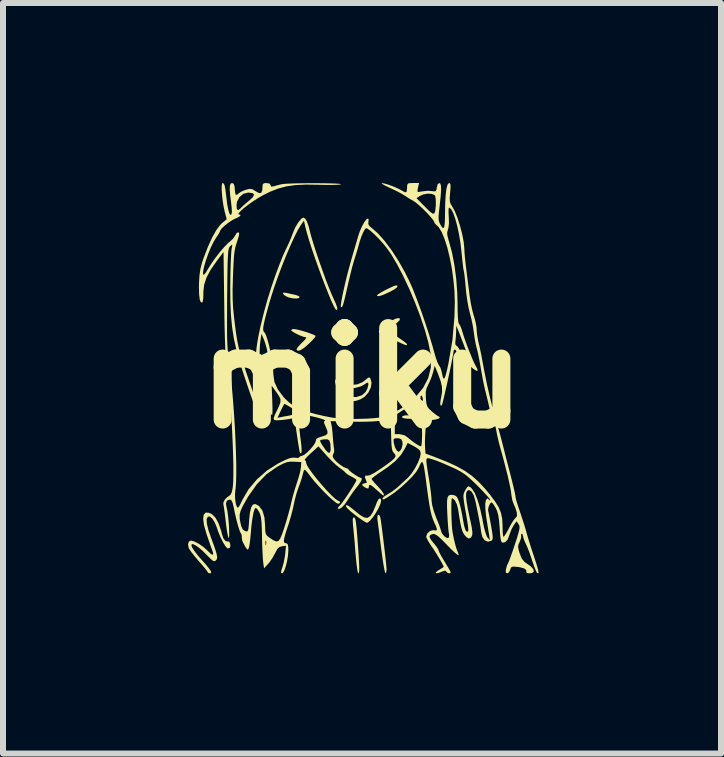
<source format=kicad_pcb>
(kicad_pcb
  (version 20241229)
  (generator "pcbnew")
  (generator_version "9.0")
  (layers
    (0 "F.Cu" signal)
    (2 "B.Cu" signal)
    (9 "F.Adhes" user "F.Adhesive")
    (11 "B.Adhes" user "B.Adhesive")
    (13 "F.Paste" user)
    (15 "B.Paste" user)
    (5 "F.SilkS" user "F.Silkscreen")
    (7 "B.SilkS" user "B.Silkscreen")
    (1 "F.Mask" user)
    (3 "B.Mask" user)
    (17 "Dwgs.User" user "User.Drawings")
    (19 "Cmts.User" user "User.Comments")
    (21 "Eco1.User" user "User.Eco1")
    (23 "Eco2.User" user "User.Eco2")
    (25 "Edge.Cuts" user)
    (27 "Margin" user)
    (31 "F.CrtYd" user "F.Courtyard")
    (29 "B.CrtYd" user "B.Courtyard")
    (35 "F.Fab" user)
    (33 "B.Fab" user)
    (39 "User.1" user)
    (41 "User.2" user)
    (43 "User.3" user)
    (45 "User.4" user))
  (footprint "miku"
    (layer "F.Cu")
    (at 2.983 3.252)
    (property "Reference" "miku" (at 0 0 0) (layer "F.SilkS") (effects (font (size 1.524 1.524) (thickness 0.3))))
    (attr board_only exclude_from_pos_files exclude_from_bom)
    (fp_poly (pts (xy -1.258 -1.421) (xy -1.256 -1.42) (xy -1.187 -1.404) (xy -1.119 -1.39) (xy -1.067 -1.374) (xy -1.04 -1.355) (xy -1.039 -1.353) (xy -1.054 -1.334) (xy -1.099 -1.327) (xy -1.16 -1.331) (xy -1.224 -1.346) (xy -1.245 -1.354) (xy -1.298 -1.385) (xy -1.319 -1.412) (xy -1.306 -1.426)) (stroke (width 0) (type solid)) (fill yes) (layer "F.SilkS"))
    (fp_poly (pts (xy 0.594 -1.538) (xy 0.583 -1.514) (xy 0.539 -1.48) (xy 0.466 -1.44) (xy 0.449 -1.432) (xy 0.351 -1.388) (xy 0.289 -1.368) (xy 0.256 -1.369) (xy 0.25 -1.382) (xy 0.269 -1.399) (xy 0.317 -1.429) (xy 0.382 -1.465) (xy 0.453 -1.5) (xy 0.516 -1.529) (xy 0.56 -1.545) (xy 0.569 -1.546)) (stroke (width 0) (type solid)) (fill yes) (layer "F.SilkS"))
    (fp_poly (pts (xy 0.293 2.289) (xy 0.306 2.325) (xy 0.314 2.372) (xy 0.325 2.454) (xy 0.339 2.56) (xy 0.354 2.681) (xy 0.369 2.808) (xy 0.384 2.932) (xy 0.396 3.042) (xy 0.405 3.128) (xy 0.409 3.183) (xy 0.409 3.191) (xy 0.403 3.236) (xy 0.39 3.252) (xy 0.382 3.23) (xy 0.369 3.171) (xy 0.353 3.08) (xy 0.336 2.966) (xy 0.319 2.837) (xy 0.301 2.699) (xy 0.285 2.572) (xy 0.271 2.465) (xy 0.261 2.387) (xy 0.256 2.348) (xy 0.257 2.295) (xy 0.272 2.274)) (stroke (width 0) (type solid)) (fill yes) (layer "F.SilkS"))
    (fp_poly (pts (xy -0.127 2.323) (xy -0.116 2.338) (xy -0.107 2.37) (xy -0.099 2.425) (xy -0.09 2.509) (xy -0.08 2.628) (xy -0.07 2.763) (xy -0.058 2.927) (xy -0.051 3.052) (xy -0.047 3.141) (xy -0.047 3.201) (xy -0.051 3.235) (xy -0.058 3.25) (xy -0.064 3.252) (xy -0.072 3.23) (xy -0.082 3.171) (xy -0.093 3.082) (xy -0.104 2.97) (xy -0.111 2.894) (xy -0.121 2.761) (xy -0.132 2.636) (xy -0.142 2.528) (xy -0.15 2.45) (xy -0.152 2.427) (xy -0.156 2.353) (xy -0.145 2.321) (xy -0.14 2.319)) (stroke (width 0) (type solid)) (fill yes) (layer "F.SilkS"))
    (fp_poly (pts (xy -1.087 -0.812) (xy -1.019 -0.795) (xy -0.941 -0.772) (xy -0.867 -0.747) (xy -0.807 -0.724) (xy -0.775 -0.706) (xy -0.773 -0.702) (xy -0.789 -0.676) (xy -0.829 -0.63) (xy -0.885 -0.575) (xy -0.946 -0.521) (xy -0.97 -0.502) (xy -1.028 -0.465) (xy -1.071 -0.456) (xy -1.091 -0.476) (xy -1.091 -0.481) (xy -1.076 -0.51) (xy -1.036 -0.556) (xy -0.997 -0.595) (xy -0.944 -0.648) (xy -0.929 -0.677) (xy -0.939 -0.682) (xy -0.981 -0.691) (xy -1.04 -0.714) (xy -1.103 -0.744) (xy -1.155 -0.774) (xy -1.181 -0.797) (xy -1.182 -0.8) (xy -1.163 -0.815) (xy -1.133 -0.819)) (stroke (width 0) (type solid)) (fill yes) (layer "F.SilkS"))
    (fp_poly (pts (xy 0.317 2.022) (xy 0.318 2.041) (xy 0.306 2.096) (xy 0.274 2.168) (xy 0.23 2.246) (xy 0.18 2.32) (xy 0.131 2.377) (xy 0.092 2.408) (xy 0.081 2.41) (xy 0.053 2.397) (xy -0.001 2.363) (xy -0.071 2.313) (xy -0.101 2.291) (xy -0.194 2.216) (xy -0.252 2.161) (xy -0.272 2.127) (xy -0.255 2.115) (xy -0.253 2.115) (xy -0.225 2.129) (xy -0.175 2.165) (xy -0.125 2.206) (xy -0.034 2.279) (xy 0.036 2.321) (xy 0.091 2.328) (xy 0.138 2.298) (xy 0.182 2.23) (xy 0.228 2.121) (xy 0.249 2.064) (xy 0.275 2.017) (xy 0.3 2.002)) (stroke (width 0) (type solid)) (fill yes) (layer "F.SilkS"))
    (fp_poly (pts (xy 0.633 -0.992) (xy 0.626 -0.965) (xy 0.58 -0.92) (xy 0.508 -0.865) (xy 0.447 -0.818) (xy 0.415 -0.786) (xy 0.418 -0.773) (xy 0.419 -0.773) (xy 0.455 -0.762) (xy 0.513 -0.732) (xy 0.582 -0.691) (xy 0.651 -0.646) (xy 0.709 -0.605) (xy 0.745 -0.574) (xy 0.75 -0.564) (xy 0.747 -0.552) (xy 0.733 -0.55) (xy 0.701 -0.561) (xy 0.645 -0.585) (xy 0.558 -0.627) (xy 0.512 -0.649) (xy 0.423 -0.692) (xy 0.348 -0.727) (xy 0.298 -0.751) (xy 0.284 -0.757) (xy 0.279 -0.777) (xy 0.305 -0.813) (xy 0.353 -0.859) (xy 0.414 -0.906) (xy 0.48 -0.95) (xy 0.543 -0.984) (xy 0.593 -1) (xy 0.601 -1.001)) (stroke (width 0) (type solid)) (fill yes) (layer "F.SilkS"))
    (fp_poly (pts (xy 0.128 -0.01) (xy 0.138 0.003) (xy 0.159 0.074) (xy 0.146 0.157) (xy 0.106 0.239) (xy 0.044 0.309) (xy -0.022 0.35) (xy -0.095 0.376) (xy -0.146 0.383) (xy -0.196 0.372) (xy -0.239 0.354) (xy -0.337 0.287) (xy -0.409 0.187) (xy -0.418 0.164) (xy -0.355 0.164) (xy -0.351 0.185) (xy -0.343 0.2) (xy -0.282 0.271) (xy -0.196 0.311) (xy -0.097 0.315) (xy -0.001 0.285) (xy 0.06 0.23) (xy 0.091 0.169) (xy 0.107 0.103) (xy 0.1 0.074) (xy 0.07 0.082) (xy 0.051 0.097) (xy -0.017 0.136) (xy -0.112 0.162) (xy -0.214 0.172) (xy -0.274 0.168) (xy -0.333 0.16) (xy -0.355 0.164) (xy -0.418 0.164) (xy -0.429 0.139) (xy -0.449 0.063) (xy -0.445 0.025) (xy -0.415 0.024) (xy -0.358 0.06) (xy -0.347 0.068) (xy -0.265 0.106) (xy -0.192 0.114) (xy -0.079 0.103) (xy 0.009 0.066) (xy 0.065 0.022) (xy 0.105 -0.01)) (stroke (width 0) (type solid)) (fill yes) (layer "F.SilkS"))
    (fp_poly (pts (xy -2.551 2.243) (xy -2.502 2.266) (xy -2.444 2.323) (xy -2.391 2.419) (xy -2.347 2.547) (xy -2.332 2.608) (xy -2.308 2.673) (xy -2.274 2.714) (xy -2.238 2.723) (xy -2.232 2.72) (xy -2.212 2.726) (xy -2.198 2.759) (xy -2.194 2.8) (xy -2.204 2.828) (xy -2.238 2.837) (xy -2.247 2.833) (xy -2.278 2.798) (xy -2.318 2.732) (xy -2.36 2.647) (xy -2.398 2.554) (xy -2.416 2.499) (xy -2.452 2.408) (xy -2.494 2.342) (xy -2.535 2.306) (xy -2.568 2.307) (xy -2.59 2.347) (xy -2.586 2.424) (xy -2.558 2.538) (xy -2.522 2.642) (xy -2.474 2.773) (xy -2.441 2.869) (xy -2.422 2.935) (xy -2.414 2.98) (xy -2.417 3.009) (xy -2.429 3.03) (xy -2.435 3.036) (xy -2.456 3.05) (xy -2.48 3.046) (xy -2.516 3.018) (xy -2.573 2.961) (xy -2.587 2.946) (xy -2.655 2.879) (xy -2.722 2.822) (xy -2.772 2.787) (xy -2.774 2.786) (xy -2.82 2.764) (xy -2.839 2.766) (xy -2.842 2.792) (xy -2.842 2.794) (xy -2.828 2.828) (xy -2.789 2.886) (xy -2.732 2.959) (xy -2.693 3.004) (xy -2.606 3.102) (xy -2.549 3.172) (xy -2.519 3.217) (xy -2.514 3.243) (xy -2.53 3.252) (xy -2.535 3.252) (xy -2.566 3.243) (xy -2.57 3.235) (xy -2.584 3.211) (xy -2.622 3.163) (xy -2.678 3.097) (xy -2.719 3.05) (xy -2.786 2.972) (xy -2.842 2.901) (xy -2.879 2.847) (xy -2.889 2.828) (xy -2.9 2.767) (xy -2.885 2.722) (xy -2.852 2.706) (xy -2.796 2.721) (xy -2.723 2.758) (xy -2.646 2.811) (xy -2.58 2.869) (xy -2.569 2.881) (xy -2.517 2.931) (xy -2.487 2.944) (xy -2.48 2.919) (xy -2.499 2.859) (xy -2.52 2.804) (xy -2.549 2.72) (xy -2.582 2.624) (xy -2.594 2.588) (xy -2.633 2.451) (xy -2.647 2.346) (xy -2.638 2.276) (xy -2.606 2.24)) (stroke (width 0) (type solid)) (fill yes) (layer "F.SilkS"))
    (fp_poly (pts (xy 0.932 -3.172) (xy 0.923 -3.12) (xy 0.931 -3.102) (xy 0.964 -3.106) (xy 0.975 -3.109) (xy 1.099 -3.124) (xy 1.194 -3.114) (xy 1.226 -3.115) (xy 1.242 -3.145) (xy 1.246 -3.178) (xy 1.261 -3.233) (xy 1.286 -3.252) (xy 1.305 -3.241) (xy 1.316 -3.204) (xy 1.318 -3.138) (xy 1.311 -3.037) (xy 1.296 -2.897) (xy 1.292 -2.858) (xy 1.28 -2.754) (xy 1.275 -2.683) (xy 1.278 -2.633) (xy 1.289 -2.594) (xy 1.307 -2.557) (xy 1.336 -2.511) (xy 1.358 -2.501) (xy 1.372 -2.529) (xy 1.38 -2.597) (xy 1.383 -2.708) (xy 1.383 -2.741) (xy 1.386 -2.913) (xy 1.394 -3.053) (xy 1.407 -3.159) (xy 1.425 -3.226) (xy 1.448 -3.252) (xy 1.45 -3.252) (xy 1.467 -3.245) (xy 1.475 -3.219) (xy 1.474 -3.164) (xy 1.468 -3.092) (xy 1.461 -3.004) (xy 1.464 -2.945) (xy 1.477 -2.902) (xy 1.498 -2.869) (xy 1.544 -2.787) (xy 1.59 -2.673) (xy 1.633 -2.539) (xy 1.669 -2.401) (xy 1.694 -2.27) (xy 1.705 -2.159) (xy 1.705 -2.149) (xy 1.708 -2.088) (xy 1.716 -1.997) (xy 1.728 -1.888) (xy 1.738 -1.808) (xy 1.754 -1.679) (xy 1.772 -1.54) (xy 1.788 -1.415) (xy 1.795 -1.362) (xy 1.812 -1.251) (xy 1.836 -1.138) (xy 1.861 -1.045) (xy 1.865 -1.034) (xy 1.89 -0.944) (xy 1.907 -0.855) (xy 1.91 -0.808) (xy 1.916 -0.732) (xy 1.932 -0.638) (xy 1.944 -0.583) (xy 1.965 -0.495) (xy 1.988 -0.384) (xy 2.009 -0.272) (xy 2.012 -0.254) (xy 2.044 -0.085) (xy 2.082 0.102) (xy 2.126 0.295) (xy 2.172 0.482) (xy 2.216 0.649) (xy 2.256 0.786) (xy 2.259 0.796) (xy 2.283 0.875) (xy 2.31 0.974) (xy 2.329 1.046) (xy 2.347 1.119) (xy 2.374 1.224) (xy 2.406 1.351) (xy 2.442 1.489) (xy 2.466 1.58) (xy 2.498 1.706) (xy 2.525 1.816) (xy 2.545 1.903) (xy 2.556 1.96) (xy 2.558 1.978) (xy 2.562 2.004) (xy 2.578 2.063) (xy 2.604 2.145) (xy 2.629 2.218) (xy 2.666 2.329) (xy 2.702 2.439) (xy 2.73 2.532) (xy 2.74 2.57) (xy 2.76 2.641) (xy 2.791 2.742) (xy 2.828 2.859) (xy 2.864 2.966) (xy 2.906 3.096) (xy 2.932 3.186) (xy 2.942 3.238) (xy 2.935 3.255) (xy 2.913 3.239) (xy 2.898 3.209) (xy 2.873 3.147) (xy 2.843 3.063) (xy 2.83 3.024) (xy 2.797 2.926) (xy 2.762 2.834) (xy 2.732 2.766) (xy 2.725 2.752) (xy 2.698 2.69) (xy 2.684 2.639) (xy 2.683 2.632) (xy 2.673 2.598) (xy 2.661 2.592) (xy 2.648 2.609) (xy 2.652 2.624) (xy 2.65 2.665) (xy 2.63 2.721) (xy 2.627 2.729) (xy 2.606 2.774) (xy 2.601 2.815) (xy 2.611 2.867) (xy 2.627 2.92) (xy 2.662 3.006) (xy 2.706 3.06) (xy 2.736 3.082) (xy 2.81 3.134) (xy 2.853 3.182) (xy 2.862 3.222) (xy 2.836 3.246) (xy 2.796 3.252) (xy 2.751 3.247) (xy 2.737 3.235) (xy 2.737 3.234) (xy 2.738 3.198) (xy 2.699 3.169) (xy 2.622 3.149) (xy 2.599 3.146) (xy 2.531 3.14) (xy 2.495 3.144) (xy 2.478 3.165) (xy 2.47 3.192) (xy 2.447 3.236) (xy 2.42 3.252) (xy 2.397 3.242) (xy 2.395 3.207) (xy 2.4 3.178) (xy 2.416 3.12) (xy 2.433 3.082) (xy 2.434 3.081) (xy 2.448 3.052) (xy 2.472 2.988) (xy 2.504 2.899) (xy 2.54 2.792) (xy 2.547 2.77) (xy 2.586 2.652) (xy 2.61 2.568) (xy 2.623 2.512) (xy 2.625 2.475) (xy 2.618 2.449) (xy 2.608 2.433) (xy 2.575 2.385) (xy 2.529 2.449) (xy 2.493 2.514) (xy 2.462 2.593) (xy 2.458 2.607) (xy 2.427 2.69) (xy 2.386 2.732) (xy 2.342 2.742) (xy 2.326 2.732) (xy 2.314 2.7) (xy 2.304 2.638) (xy 2.296 2.54) (xy 2.294 2.501) (xy 2.284 2.375) (xy 2.27 2.283) (xy 2.25 2.213) (xy 2.229 2.166) (xy 2.195 2.109) (xy 2.167 2.075) (xy 2.157 2.069) (xy 2.134 2.089) (xy 2.113 2.133) (xy 2.101 2.183) (xy 2.102 2.211) (xy 2.11 2.245) (xy 2.123 2.312) (xy 2.14 2.402) (xy 2.151 2.463) (xy 2.169 2.568) (xy 2.177 2.636) (xy 2.177 2.677) (xy 2.168 2.699) (xy 2.158 2.708) (xy 2.098 2.725) (xy 2.044 2.702) (xy 2.004 2.645) (xy 1.985 2.565) (xy 1.976 2.493) (xy 1.959 2.395) (xy 1.934 2.265) (xy 1.9 2.098) (xy 1.889 2.047) (xy 1.862 1.953) (xy 1.826 1.89) (xy 1.787 1.865) (xy 1.784 1.865) (xy 1.754 1.875) (xy 1.737 1.908) (xy 1.733 1.968) (xy 1.742 2.059) (xy 1.764 2.184) (xy 1.799 2.349) (xy 1.806 2.376) (xy 1.829 2.488) (xy 1.839 2.565) (xy 1.837 2.615) (xy 1.821 2.648) (xy 1.809 2.66) (xy 1.78 2.672) (xy 1.747 2.655) (xy 1.72 2.628) (xy 1.695 2.595) (xy 1.674 2.552) (xy 1.655 2.493) (xy 1.637 2.408) (xy 1.617 2.291) (xy 1.601 2.183) (xy 1.58 2.102) (xy 1.548 2.038) (xy 1.512 2.004) (xy 1.499 2.001) (xy 1.492 2.022) (xy 1.489 2.078) (xy 1.488 2.16) (xy 1.489 2.256) (xy 1.492 2.357) (xy 1.497 2.453) (xy 1.504 2.533) (xy 1.509 2.57) (xy 1.529 2.671) (xy 1.552 2.768) (xy 1.575 2.848) (xy 1.595 2.899) (xy 1.599 2.906) (xy 1.611 2.939) (xy 1.606 2.949) (xy 1.586 2.94) (xy 1.541 2.903) (xy 1.479 2.844) (xy 1.413 2.776) (xy 1.329 2.69) (xy 1.269 2.635) (xy 1.225 2.605) (xy 1.191 2.595) (xy 1.182 2.596) (xy 1.135 2.613) (xy 1.124 2.645) (xy 1.152 2.698) (xy 1.192 2.747) (xy 1.238 2.803) (xy 1.268 2.848) (xy 1.273 2.865) (xy 1.285 2.896) (xy 1.315 2.955) (xy 1.359 3.03) (xy 1.376 3.057) (xy 1.422 3.134) (xy 1.458 3.195) (xy 1.476 3.231) (xy 1.478 3.237) (xy 1.462 3.252) (xy 1.431 3.247) (xy 1.406 3.227) (xy 1.404 3.224) (xy 1.389 3.207) (xy 1.352 3.215) (xy 1.333 3.224) (xy 1.27 3.247) (xy 1.233 3.251) (xy 1.228 3.238) (xy 1.261 3.21) (xy 1.273 3.202) (xy 1.325 3.17) (xy 1.357 3.149) (xy 1.361 3.147) (xy 1.355 3.126) (xy 1.329 3.076) (xy 1.29 3.008) (xy 1.242 2.929) (xy 1.193 2.852) (xy 1.146 2.783) (xy 1.14 2.775) (xy 1.1 2.712) (xy 1.074 2.659) (xy 1.069 2.638) (xy 1.088 2.586) (xy 1.134 2.546) (xy 1.188 2.532) (xy 1.204 2.535) (xy 1.239 2.539) (xy 1.248 2.517) (xy 1.231 2.464) (xy 1.208 2.415) (xy 1.182 2.354) (xy 1.158 2.281) (xy 1.137 2.189) (xy 1.116 2.071) (xy 1.094 1.919) (xy 1.079 1.808) (xy 1.058 1.649) (xy 1.041 1.532) (xy 1.027 1.453) (xy 1.013 1.409) (xy 0.999 1.396) (xy 0.982 1.411) (xy 0.962 1.451) (xy 0.942 1.497) (xy 0.903 1.561) (xy 0.835 1.642) (xy 0.747 1.731) (xy 0.648 1.821) (xy 0.546 1.903) (xy 0.49 1.942) (xy 0.416 1.991) (xy 0.371 2.016) (xy 0.348 2.021) (xy 0.341 2.008) (xy 0.341 2.002) (xy 0.36 1.978) (xy 0.406 1.947) (xy 0.426 1.936) (xy 0.495 1.893) (xy 0.571 1.836) (xy 0.603 1.808) (xy 0.672 1.744) (xy 0.743 1.679) (xy 0.769 1.655) (xy 0.826 1.589) (xy 0.883 1.501) (xy 0.932 1.407) (xy 0.945 1.374) (xy 1.071 1.374) (xy 1.076 1.43) (xy 1.089 1.518) (xy 1.109 1.644) (xy 1.114 1.671) (xy 1.132 1.788) (xy 1.146 1.898) (xy 1.156 1.989) (xy 1.159 2.042) (xy 1.17 2.121) (xy 1.2 2.226) (xy 1.239 2.332) (xy 1.275 2.421) (xy 1.302 2.495) (xy 1.317 2.544) (xy 1.319 2.554) (xy 1.334 2.59) (xy 1.371 2.634) (xy 1.373 2.636) (xy 1.42 2.666) (xy 1.448 2.656) (xy 1.452 2.609) (xy 1.447 2.585) (xy 1.441 2.544) (xy 1.434 2.468) (xy 1.427 2.368) (xy 1.421 2.261) (xy 1.416 2.131) (xy 1.417 2.04) (xy 1.427 1.983) (xy 1.448 1.953) (xy 1.481 1.943) (xy 1.527 1.948) (xy 1.566 1.964) (xy 1.593 1.999) (xy 1.619 2.066) (xy 1.622 2.077) (xy 1.644 2.161) (xy 1.666 2.266) (xy 1.684 2.369) (xy 1.703 2.465) (xy 1.723 2.53) (xy 1.742 2.556) (xy 1.759 2.559) (xy 1.769 2.549) (xy 1.771 2.519) (xy 1.766 2.464) (xy 1.753 2.378) (xy 1.732 2.254) (xy 1.725 2.218) (xy 1.705 2.103) (xy 1.694 2.023) (xy 1.689 1.969) (xy 1.693 1.931) (xy 1.704 1.899) (xy 1.718 1.871) (xy 1.751 1.817) (xy 1.778 1.801) (xy 1.811 1.821) (xy 1.836 1.848) (xy 1.88 1.916) (xy 1.924 2.025) (xy 1.966 2.166) (xy 2.003 2.334) (xy 2.012 2.385) (xy 2.032 2.484) (xy 2.056 2.572) (xy 2.078 2.633) (xy 2.088 2.65) (xy 2.116 2.686) (xy 2.13 2.698) (xy 2.127 2.676) (xy 2.119 2.618) (xy 2.105 2.534) (xy 2.092 2.455) (xy 2.067 2.298) (xy 2.055 2.179) (xy 2.053 2.094) (xy 2.063 2.038) (xy 2.072 2.021) (xy 2.092 2.002) (xy 2.114 2.023) (xy 2.114 2.024) (xy 2.133 2.041) (xy 2.137 2.032) (xy 2.122 2.005) (xy 2.08 1.956) (xy 2.02 1.89) (xy 1.948 1.816) (xy 1.872 1.741) (xy 1.799 1.673) (xy 1.736 1.619) (xy 1.723 1.609) (xy 1.651 1.561) (xy 1.564 1.514) (xy 1.531 1.499) (xy 1.446 1.461) (xy 1.359 1.423) (xy 1.33 1.411) (xy 1.249 1.378) (xy 1.167 1.35) (xy 1.154 1.346) (xy 1.117 1.336) (xy 1.091 1.333) (xy 1.076 1.344) (xy 1.071 1.374) (xy 0.945 1.374) (xy 0.966 1.319) (xy 0.978 1.257) (xy 0.97 1.215) (xy 0.941 1.181) (xy 0.881 1.143) (xy 0.869 1.136) (xy 0.76 1.079) (xy 0.722 1.159) (xy 0.653 1.273) (xy 0.557 1.379) (xy 0.427 1.484) (xy 0.35 1.536) (xy 0.27 1.59) (xy 0.206 1.636) (xy 0.167 1.668) (xy 0.159 1.678) (xy 0.174 1.703) (xy 0.212 1.749) (xy 0.262 1.802) (xy 0.323 1.87) (xy 0.359 1.922) (xy 0.365 1.951) (xy 0.355 1.956) (xy 0.335 1.942) (xy 0.292 1.905) (xy 0.247 1.865) (xy 0.181 1.807) (xy 0.14 1.779) (xy 0.119 1.781) (xy 0.114 1.808) (xy 0.108 1.837) (xy 0.083 1.837) (xy 0.044 1.818) (xy 0.006 1.787) (xy 0.007 1.762) (xy 0.046 1.751) (xy 0.078 1.745) (xy 0.074 1.717) (xy 0.069 1.707) (xy 0.047 1.65) (xy 0.056 1.623) (xy 0.087 1.625) (xy 0.13 1.617) (xy 0.206 1.578) (xy 0.314 1.508) (xy 0.321 1.503) (xy 0.426 1.429) (xy 0.498 1.374) (xy 0.54 1.334) (xy 0.558 1.304) (xy 0.555 1.278) (xy 0.535 1.252) (xy 0.534 1.25) (xy 0.517 1.229) (xy 0.505 1.204) (xy 0.497 1.167) (xy 0.491 1.111) (xy 0.487 1.029) (xy 0.487 1.022) (xy 0.525 1.022) (xy 0.528 1.068) (xy 0.53 1.082) (xy 0.551 1.156) (xy 0.581 1.209) (xy 0.613 1.228) (xy 0.634 1.21) (xy 0.659 1.173) (xy 0.676 1.106) (xy 0.673 1.059) (xy 0.653 1.016) (xy 0.611 1.001) (xy 0.588 1.001) (xy 0.542 1.004) (xy 0.525 1.022) (xy 0.487 1.022) (xy 0.484 0.913) (xy 0.482 0.823) (xy 0.479 0.731) (xy 0.474 0.678) (xy 0.466 0.657) (xy 0.452 0.66) (xy 0.444 0.667) (xy 0.392 0.693) (xy 0.296 0.712) (xy 0.155 0.723) (xy -0.028 0.727) (xy -0.202 0.724) (xy -0.525 0.716) (xy -0.51 0.773) (xy -0.501 0.826) (xy -0.492 0.905) (xy -0.487 0.978) (xy -0.48 1.064) (xy -0.472 1.139) (xy -0.465 1.179) (xy -0.465 1.233) (xy -0.479 1.263) (xy -0.491 1.299) (xy -0.471 1.342) (xy -0.428 1.39) (xy -0.37 1.439) (xy -0.31 1.479) (xy -0.264 1.5) (xy -0.257 1.501) (xy -0.23 1.512) (xy -0.227 1.52) (xy -0.21 1.541) (xy -0.167 1.576) (xy -0.112 1.614) (xy -0.06 1.645) (xy -0.024 1.66) (xy -0.021 1.66) (xy -0.001 1.674) (xy -0.016 1.717) (xy -0.065 1.789) (xy -0.087 1.816) (xy -0.15 1.897) (xy -0.211 1.987) (xy -0.238 2.03) (xy -0.288 2.103) (xy -0.338 2.155) (xy -0.38 2.179) (xy -0.403 2.174) (xy -0.398 2.152) (xy -0.369 2.121) (xy -0.342 2.09) (xy -0.3 2.032) (xy -0.25 1.959) (xy -0.197 1.879) (xy -0.149 1.803) (xy -0.112 1.74) (xy -0.093 1.701) (xy -0.091 1.695) (xy -0.109 1.679) (xy -0.155 1.651) (xy -0.18 1.638) (xy -0.236 1.607) (xy -0.271 1.58) (xy -0.276 1.574) (xy -0.299 1.55) (xy -0.346 1.514) (xy -0.372 1.495) (xy -0.429 1.45) (xy -0.502 1.382) (xy -0.576 1.305) (xy -0.593 1.286) (xy -0.726 1.136) (xy -0.852 1.25) (xy -0.909 1.304) (xy -0.946 1.345) (xy -0.957 1.364) (xy -0.955 1.364) (xy -0.936 1.383) (xy -0.932 1.409) (xy -0.918 1.45) (xy -0.877 1.516) (xy -0.818 1.598) (xy -0.745 1.69) (xy -0.666 1.784) (xy -0.585 1.874) (xy -0.51 1.952) (xy -0.447 2.01) (xy -0.4 2.043) (xy -0.386 2.047) (xy -0.364 2.064) (xy -0.364 2.069) (xy -0.382 2.089) (xy -0.401 2.092) (xy -0.433 2.076) (xy -0.487 2.032) (xy -0.557 1.969) (xy -0.635 1.892) (xy -0.714 1.808) (xy -0.788 1.726) (xy -0.848 1.652) (xy -0.863 1.632) (xy -0.907 1.574) (xy -0.942 1.534) (xy -0.956 1.524) (xy -0.971 1.543) (xy -0.985 1.592) (xy -0.987 1.601) (xy -1.004 1.664) (xy -1.031 1.748) (xy -1.055 1.811) (xy -1.089 1.911) (xy -1.12 2.025) (xy -1.134 2.093) (xy -1.153 2.179) (xy -1.182 2.291) (xy -1.217 2.411) (xy -1.239 2.476) (xy -1.276 2.59) (xy -1.297 2.668) (xy -1.303 2.717) (xy -1.294 2.742) (xy -1.27 2.751) (xy -1.261 2.751) (xy -1.24 2.765) (xy -1.23 2.81) (xy -1.228 2.869) (xy -1.234 2.956) (xy -1.249 3.047) (xy -1.27 3.133) (xy -1.294 3.203) (xy -1.319 3.245) (xy -1.332 3.252) (xy -1.348 3.244) (xy -1.347 3.213) (xy -1.328 3.155) (xy -1.306 3.076) (xy -1.287 2.979) (xy -1.28 2.926) (xy -1.267 2.793) (xy -1.332 2.801) (xy -1.377 2.814) (xy -1.412 2.848) (xy -1.448 2.915) (xy -1.45 2.918) (xy -1.494 2.998) (xy -1.546 3.073) (xy -1.568 3.098) (xy -1.633 3.169) (xy -1.647 3.068) (xy -1.653 3.008) (xy -1.658 2.915) (xy -1.663 2.799) (xy -1.665 2.74) (xy -1.61 2.74) (xy -1.608 2.779) (xy -1.6 2.782) (xy -1.6 2.78) (xy -1.595 2.735) (xy -1.599 2.712) (xy -1.606 2.703) (xy -1.61 2.733) (xy -1.61 2.74) (xy -1.665 2.74) (xy -1.666 2.673) (xy -1.667 2.638) (xy -1.67 2.498) (xy -1.676 2.395) (xy -1.684 2.322) (xy -1.697 2.27) (xy -1.712 2.234) (xy -1.743 2.186) (xy -1.769 2.161) (xy -1.772 2.16) (xy -1.79 2.182) (xy -1.809 2.242) (xy -1.826 2.334) (xy -1.842 2.45) (xy -1.853 2.577) (xy -1.862 2.674) (xy -1.872 2.758) (xy -1.882 2.815) (xy -1.886 2.827) (xy -1.899 2.855) (xy -1.914 2.854) (xy -1.939 2.819) (xy -1.952 2.797) (xy -1.994 2.716) (xy -2.005 2.651) (xy -2.003 2.63) (xy -2.012 2.596) (xy -2.021 2.584) (xy -2.039 2.545) (xy -2.063 2.471) (xy -2.09 2.373) (xy -2.112 2.277) (xy -2.04 2.277) (xy -2.038 2.343) (xy -2.035 2.363) (xy -2.016 2.458) (xy -1.99 2.517) (xy -1.953 2.547) (xy -1.937 2.552) (xy -1.915 2.554) (xy -1.901 2.539) (xy -1.892 2.5) (xy -1.885 2.428) (xy -1.882 2.377) (xy -1.869 2.245) (xy -1.848 2.155) (xy -1.819 2.107) (xy -1.779 2.097) (xy -1.727 2.124) (xy -1.715 2.133) (xy -1.659 2.208) (xy -1.626 2.322) (xy -1.615 2.468) (xy -1.613 2.546) (xy -1.604 2.594) (xy -1.582 2.627) (xy -1.54 2.66) (xy -1.529 2.667) (xy -1.469 2.706) (xy -1.426 2.722) (xy -1.392 2.712) (xy -1.363 2.672) (xy -1.331 2.596) (xy -1.297 2.496) (xy -1.259 2.374) (xy -1.222 2.244) (xy -1.191 2.127) (xy -1.181 2.081) (xy -1.153 1.966) (xy -1.117 1.843) (xy -1.084 1.74) (xy -1.054 1.646) (xy -1.03 1.556) (xy -1.019 1.489) (xy -1.012 1.398) (xy -1.132 1.392) (xy -1.196 1.391) (xy -1.252 1.4) (xy -1.313 1.423) (xy -1.394 1.465) (xy -1.425 1.483) (xy -1.596 1.604) (xy -1.754 1.769) (xy -1.899 1.974) (xy -1.989 2.135) (xy -2.025 2.215) (xy -2.04 2.277) (xy -2.112 2.277) (xy -2.117 2.259) (xy -2.138 2.155) (xy -2.156 2.079) (xy -2.174 2.039) (xy -2.199 2.024) (xy -2.208 2.024) (xy -2.253 2.041) (xy -2.268 2.09) (xy -2.255 2.165) (xy -2.243 2.217) (xy -2.233 2.291) (xy -2.224 2.377) (xy -2.217 2.467) (xy -2.214 2.549) (xy -2.213 2.616) (xy -2.217 2.656) (xy -2.225 2.661) (xy -2.225 2.661) (xy -2.236 2.625) (xy -2.249 2.555) (xy -2.263 2.461) (xy -2.273 2.377) (xy -2.285 2.275) (xy -2.296 2.19) (xy -2.305 2.133) (xy -2.31 2.112) (xy -2.311 2.073) (xy -2.286 2.023) (xy -2.243 1.98) (xy -2.228 1.971) (xy -2.192 1.944) (xy -2.17 1.898) (xy -2.154 1.821) (xy -2.154 1.819) (xy -2.147 1.736) (xy -2.144 1.615) (xy -2.144 1.462) (xy -2.148 1.286) (xy -2.155 1.094) (xy -2.164 0.891) (xy -2.175 0.686) (xy -2.188 0.486) (xy -2.203 0.298) (xy -2.218 0.128) (xy -2.235 -0.016) (xy -2.245 -0.091) (xy -2.257 -0.171) (xy -2.266 -0.266) (xy -2.274 -0.381) (xy -2.28 -0.519) (xy -2.286 -0.688) (xy -2.291 -0.89) (xy -2.292 -0.944) (xy -2.25 -0.944) (xy -2.25 -0.792) (xy -2.248 -0.667) (xy -2.244 -0.559) (xy -2.238 -0.464) (xy -2.23 -0.375) (xy -2.219 -0.284) (xy -2.208 -0.196) (xy -2.186 -0.024) (xy -2.167 0.171) (xy -2.149 0.381) (xy -2.133 0.599) (xy -2.119 0.82) (xy -2.109 1.038) (xy -2.101 1.244) (xy -2.096 1.434) (xy -2.096 1.601) (xy -2.099 1.737) (xy -2.107 1.838) (xy -2.111 1.865) (xy -2.117 1.938) (xy -2.114 2.017) (xy -2.104 2.089) (xy -2.087 2.141) (xy -2.068 2.16) (xy -2.051 2.141) (xy -2.024 2.092) (xy -1.994 2.029) (xy -1.892 1.853) (xy -1.752 1.687) (xy -1.584 1.54) (xy -1.394 1.419) (xy -1.379 1.412) (xy -1.279 1.363) (xy -1.207 1.334) (xy -1.154 1.324) (xy -1.116 1.326) (xy -1.067 1.33) (xy -1.046 1.319) (xy -1.046 1.318) (xy -1.027 1.3) (xy -1.006 1.296) (xy -0.967 1.28) (xy -0.914 1.237) (xy -0.857 1.18) (xy -0.808 1.12) (xy -0.776 1.068) (xy -0.77 1.042) (xy -0.701 1.042) (xy -0.686 1.077) (xy -0.667 1.109) (xy -0.608 1.196) (xy -0.565 1.24) (xy -0.537 1.243) (xy -0.524 1.203) (xy -0.523 1.177) (xy -0.528 1.09) (xy -0.544 1.04) (xy -0.576 1.019) (xy -0.627 1.019) (xy -0.682 1.027) (xy -0.701 1.042) (xy -0.77 1.042) (xy -0.769 1.041) (xy -0.762 1.012) (xy -0.722 0.989) (xy -0.672 0.973) (xy -0.606 0.951) (xy -0.576 0.923) (xy -0.577 0.879) (xy -0.607 0.807) (xy -0.608 0.804) (xy -0.632 0.75) (xy -0.634 0.722) (xy -0.615 0.709) (xy -0.614 0.709) (xy -0.619 0.699) (xy -0.661 0.682) (xy -0.732 0.66) (xy -0.784 0.647) (xy -0.877 0.626) (xy -0.954 0.612) (xy -1.004 0.606) (xy -1.016 0.607) (xy -1.04 0.641) (xy -1.049 0.716) (xy -1.045 0.833) (xy -1.028 0.99) (xy -1.025 1.006) (xy -1.01 1.132) (xy -1.006 1.214) (xy -1.014 1.252) (xy -1.033 1.248) (xy -1.04 1.223) (xy -1.051 1.162) (xy -1.066 1.073) (xy -1.082 0.965) (xy -1.084 0.948) (xy -1.102 0.829) (xy -1.115 0.748) (xy -1.127 0.699) (xy -1.14 0.675) (xy -1.155 0.668) (xy -1.171 0.672) (xy -1.219 0.682) (xy -1.292 0.692) (xy -1.347 0.698) (xy -1.424 0.703) (xy -1.465 0.695) (xy -1.474 0.667) (xy -1.471 0.66) (xy -1.408 0.66) (xy -1.358 0.65) (xy -1.302 0.639) (xy -1.23 0.627) (xy -1.22 0.625) (xy -1.138 0.606) (xy -1.101 0.582) (xy -1.108 0.55) (xy -1.158 0.507) (xy -1.18 0.492) (xy -1.239 0.456) (xy -1.281 0.433) (xy -1.293 0.428) (xy -1.306 0.448) (xy -1.332 0.497) (xy -1.355 0.545) (xy -1.408 0.66) (xy -1.471 0.66) (xy -1.454 0.612) (xy -1.424 0.551) (xy -1.381 0.462) (xy -1.36 0.4) (xy -1.359 0.351) (xy -1.381 0.302) (xy -1.423 0.239) (xy -1.424 0.238) (xy -1.506 0.125) (xy -1.496 0.37) (xy -1.493 0.469) (xy -1.492 0.549) (xy -1.495 0.6) (xy -1.499 0.614) (xy -1.52 0.599) (xy -1.561 0.558) (xy -1.608 0.506) (xy -1.704 0.398) (xy -1.699 0.478) (xy -1.702 0.534) (xy -1.714 0.567) (xy -1.717 0.568) (xy -1.732 0.556) (xy -1.744 0.508) (xy -1.747 0.479) (xy -1.754 0.418) (xy -1.766 0.402) (xy -1.774 0.41) (xy -1.795 0.432) (xy -1.802 0.431) (xy -1.811 0.408) (xy -1.832 0.347) (xy -1.864 0.257) (xy -1.903 0.142) (xy -1.947 0.011) (xy -1.963 -0.036) (xy -2.036 -0.261) (xy -2.092 -0.464) (xy -2.135 -0.656) (xy -2.165 -0.847) (xy -2.184 -1.047) (xy -2.194 -1.268) (xy -2.196 -1.52) (xy -2.195 -1.615) (xy -2.193 -1.761) (xy -2.189 -1.897) (xy -2.184 -2.013) (xy -2.179 -2.102) (xy -2.173 -2.156) (xy -2.172 -2.16) (xy -2.162 -2.211) (xy -2.166 -2.225) (xy -2.189 -2.207) (xy -2.197 -2.199) (xy -2.208 -2.186) (xy -2.218 -2.167) (xy -2.225 -2.138) (xy -2.231 -2.094) (xy -2.235 -2.03) (xy -2.239 -1.942) (xy -2.242 -1.825) (xy -2.244 -1.675) (xy -2.246 -1.486) (xy -2.248 -1.349) (xy -2.249 -1.127) (xy -2.25 -0.944) (xy -2.292 -0.944) (xy -2.295 -1.132) (xy -2.296 -1.217) (xy -2.308 -2.103) (xy -2.419 -1.956) (xy -2.522 -1.807) (xy -2.591 -1.678) (xy -2.631 -1.558) (xy -2.644 -1.439) (xy -2.644 -1.416) (xy -2.645 -1.34) (xy -2.653 -1.283) (xy -2.662 -1.261) (xy -2.687 -1.266) (xy -2.705 -1.313) (xy -2.715 -1.398) (xy -2.718 -1.52) (xy -2.717 -1.581) (xy -2.709 -1.714) (xy -2.693 -1.823) (xy -2.665 -1.93) (xy -2.64 -2.003) (xy -2.569 -2.187) (xy -2.497 -2.345) (xy -2.426 -2.471) (xy -2.359 -2.559) (xy -2.333 -2.584) (xy -2.255 -2.649) (xy -2.288 -2.774) (xy -2.307 -2.862) (xy -2.323 -2.96) (xy -2.333 -3.058) (xy -2.339 -3.145) (xy -2.338 -3.212) (xy -2.33 -3.248) (xy -2.324 -3.252) (xy -2.305 -3.243) (xy -2.29 -3.213) (xy -2.278 -3.153) (xy -2.266 -3.057) (xy -2.262 -3.024) (xy -2.247 -2.899) (xy -2.228 -2.804) (xy -2.209 -2.742) (xy -2.189 -2.719) (xy -2.18 -2.723) (xy -2.169 -2.762) (xy -2.172 -2.844) (xy -2.177 -2.881) (xy -2.092 -2.881) (xy -2.086 -2.819) (xy -2.066 -2.799) (xy -2.032 -2.823) (xy -2.021 -2.835) (xy -1.986 -2.869) (xy -1.93 -2.919) (xy -1.883 -2.957) (xy -1.82 -3.015) (xy -1.799 -3.057) (xy -1.82 -3.082) (xy -1.884 -3.092) (xy -1.899 -3.093) (xy -1.978 -3.072) (xy -2.043 -3.017) (xy -2.084 -2.939) (xy -2.092 -2.881) (xy -2.177 -2.881) (xy -2.181 -2.921) (xy -2.198 -3.054) (xy -2.205 -3.149) (xy -2.202 -3.21) (xy -2.189 -3.242) (xy -2.166 -3.252) (xy -2.166 -3.252) (xy -2.139 -3.24) (xy -2.125 -3.2) (xy -2.121 -3.157) (xy -2.114 -3.086) (xy -2.102 -3.055) (xy -2.08 -3.058) (xy -2.058 -3.078) (xy -2.013 -3.108) (xy -1.948 -3.136) (xy -1.934 -3.14) (xy -1.871 -3.155) (xy -1.826 -3.148) (xy -1.776 -3.117) (xy -1.716 -3.084) (xy -1.679 -3.089) (xy -1.662 -3.134) (xy -1.66 -3.173) (xy -1.656 -3.226) (xy -1.636 -3.248) (xy -1.592 -3.252) (xy -1.539 -3.242) (xy -1.524 -3.216) (xy -1.512 -3.192) (xy -1.473 -3.197) (xy -1.472 -3.197) (xy -1.414 -3.214) (xy -1.344 -3.231) (xy -1.342 -3.232) (xy -1.297 -3.238) (xy -1.221 -3.242) (xy -1.122 -3.246) (xy -1.006 -3.248) (xy -0.882 -3.249) (xy -0.755 -3.249) (xy -0.635 -3.248) (xy -0.526 -3.246) (xy -0.438 -3.243) (xy -0.377 -3.239) (xy -0.35 -3.233) (xy -0.352 -3.23) (xy -0.391 -3.224) (xy -0.465 -3.221) (xy -0.566 -3.22) (xy -0.683 -3.222) (xy -0.728 -3.223) (xy -0.934 -3.226) (xy -1.107 -3.218) (xy -1.257 -3.197) (xy -1.394 -3.161) (xy -1.53 -3.108) (xy -1.643 -3.052) (xy -1.727 -3.004) (xy -1.814 -2.949) (xy -1.896 -2.89) (xy -1.969 -2.834) (xy -2.024 -2.785) (xy -2.056 -2.749) (xy -2.059 -2.73) (xy -2.052 -2.729) (xy -2.024 -2.721) (xy -2.033 -2.701) (xy -2.075 -2.676) (xy -2.106 -2.663) (xy -2.162 -2.634) (xy -2.228 -2.59) (xy -2.291 -2.54) (xy -2.34 -2.493) (xy -2.364 -2.458) (xy -2.365 -2.453) (xy -2.377 -2.424) (xy -2.409 -2.373) (xy -2.432 -2.34) (xy -2.475 -2.269) (xy -2.52 -2.177) (xy -2.563 -2.073) (xy -2.6 -1.967) (xy -2.63 -1.868) (xy -2.647 -1.787) (xy -2.65 -1.734) (xy -2.646 -1.723) (xy -2.629 -1.729) (xy -2.599 -1.766) (xy -2.572 -1.811) (xy -2.517 -1.9) (xy -2.447 -2) (xy -2.37 -2.1) (xy -2.294 -2.188) (xy -2.229 -2.254) (xy -2.202 -2.276) (xy -2.15 -2.324) (xy -2.115 -2.375) (xy -2.114 -2.379) (xy -2.089 -2.419) (xy -2.063 -2.433) (xy -2.048 -2.415) (xy -2.047 -2.405) (xy -2.054 -2.367) (xy -2.072 -2.306) (xy -2.082 -2.277) (xy -2.1 -2.221) (xy -2.115 -2.167) (xy -2.125 -2.107) (xy -2.134 -2.034) (xy -2.14 -1.94) (xy -2.146 -1.817) (xy -2.152 -1.656) (xy -2.152 -1.649) (xy -2.157 -1.474) (xy -2.156 -1.328) (xy -2.15 -1.19) (xy -2.136 -1.043) (xy -2.117 -0.884) (xy -2.098 -0.74) (xy -2.079 -0.622) (xy -2.057 -0.515) (xy -2.03 -0.408) (xy -1.993 -0.287) (xy -1.945 -0.141) (xy -1.927 -0.088) (xy -1.784 0.33) (xy -1.783 -0.021) (xy -1.745 -0.021) (xy -1.743 0.017) (xy -1.739 0.054) (xy -1.732 0.139) (xy -1.729 0.219) (xy -1.728 0.242) (xy -1.722 0.293) (xy -1.707 0.318) (xy -1.704 0.318) (xy -1.691 0.297) (xy -1.692 0.235) (xy -1.695 0.21) (xy -1.709 0.125) (xy -1.726 0.043) (xy -1.73 0.023) (xy -1.741 -0.018) (xy -1.745 -0.021) (xy -1.783 -0.021) (xy -1.783 -0.034) (xy -1.78 -0.213) (xy -1.774 -0.335) (xy -1.709 -0.335) (xy -1.709 -0.33) (xy -1.704 -0.24) (xy -1.693 -0.128) (xy -1.678 -0.005) (xy -1.659 0.12) (xy -1.638 0.238) (xy -1.617 0.339) (xy -1.598 0.414) (xy -1.582 0.453) (xy -1.573 0.445) (xy -1.565 0.399) (xy -1.558 0.323) (xy -1.553 0.225) (xy -1.551 0.112) (xy -1.55 -0.008) (xy -1.551 -0.127) (xy -1.554 -0.238) (xy -1.56 -0.332) (xy -1.569 -0.403) (xy -1.589 -0.498) (xy -1.616 -0.592) (xy -1.634 -0.641) (xy -1.676 -0.739) (xy -1.693 -0.625) (xy -1.702 -0.545) (xy -1.707 -0.441) (xy -1.709 -0.335) (xy -1.774 -0.335) (xy -1.771 -0.374) (xy -1.755 -0.529) (xy -1.729 -0.688) (xy -1.692 -0.863) (xy -1.642 -1.067) (xy -1.626 -1.129) (xy -1.575 -1.313) (xy -1.514 -1.507) (xy -1.448 -1.702) (xy -1.38 -1.885) (xy -1.316 -2.045) (xy -1.263 -2.16) (xy -1.218 -2.255) (xy -1.177 -2.352) (xy -1.151 -2.422) (xy -1.115 -2.507) (xy -1.068 -2.587) (xy -1.048 -2.614) (xy -1.007 -2.661) (xy -0.981 -2.676) (xy -0.958 -2.666) (xy -0.943 -2.652) (xy -0.918 -2.61) (xy -0.892 -2.539) (xy -0.872 -2.46) (xy -0.85 -2.373) (xy -0.814 -2.254) (xy -0.769 -2.111) (xy -0.716 -1.956) (xy -0.66 -1.797) (xy -0.605 -1.644) (xy -0.552 -1.507) (xy -0.506 -1.396) (xy -0.486 -1.351) (xy -0.441 -1.252) (xy -0.417 -1.187) (xy -0.411 -1.151) (xy -0.424 -1.137) (xy -0.429 -1.137) (xy -0.448 -1.158) (xy -0.478 -1.215) (xy -0.519 -1.304) (xy -0.566 -1.419) (xy -0.619 -1.552) (xy -0.675 -1.699) (xy -0.731 -1.852) (xy -0.786 -2.007) (xy -0.837 -2.157) (xy -0.882 -2.296) (xy -0.918 -2.418) (xy -0.944 -2.516) (xy -0.948 -2.535) (xy -0.968 -2.625) (xy -1.018 -2.554) (xy -1.067 -2.474) (xy -1.125 -2.358) (xy -1.191 -2.215) (xy -1.261 -2.051) (xy -1.332 -1.875) (xy -1.4 -1.694) (xy -1.463 -1.516) (xy -1.517 -1.349) (xy -1.544 -1.258) (xy -1.587 -1.103) (xy -1.618 -0.985) (xy -1.637 -0.899) (xy -1.647 -0.84) (xy -1.647 -0.801) (xy -1.639 -0.777) (xy -1.628 -0.765) (xy -1.605 -0.727) (xy -1.579 -0.654) (xy -1.552 -0.555) (xy -1.526 -0.441) (xy -1.504 -0.32) (xy -1.488 -0.203) (xy -1.479 -0.099) (xy -1.478 -0.063) (xy -1.46 0.063) (xy -1.402 0.189) (xy -1.304 0.319) (xy -1.29 0.334) (xy -1.219 0.402) (xy -1.142 0.462) (xy -1.07 0.508) (xy -1.011 0.533) (xy -0.976 0.533) (xy -0.943 0.534) (xy -0.934 0.543) (xy -0.906 0.558) (xy -0.844 0.579) (xy -0.755 0.603) (xy -0.649 0.627) (xy -0.646 0.628) (xy -0.527 0.652) (xy -0.426 0.667) (xy -0.328 0.677) (xy -0.22 0.68) (xy -0.084 0.679) (xy -0.039 0.678) (xy 0.088 0.674) (xy 0.193 0.667) (xy 0.269 0.659) (xy 0.286 0.656) (xy 0.535 0.656) (xy 0.541 0.694) (xy 0.545 0.761) (xy 0.546 0.809) (xy 0.546 0.932) (xy 0.624 0.932) (xy 0.711 0.953) (xy 0.766 0.992) (xy 0.824 1.041) (xy 0.889 1.088) (xy 0.946 1.123) (xy 0.983 1.137) (xy 0.983 1.137) (xy 0.991 1.116) (xy 0.995 1.076) (xy 1.048 1.076) (xy 1.05 1.145) (xy 1.057 1.256) (xy 1.194 1.307) (xy 1.398 1.387) (xy 1.567 1.463) (xy 1.708 1.541) (xy 1.829 1.626) (xy 1.94 1.724) (xy 2.049 1.841) (xy 2.13 1.939) (xy 2.218 2.056) (xy 2.279 2.155) (xy 2.316 2.247) (xy 2.336 2.345) (xy 2.342 2.462) (xy 2.342 2.485) (xy 2.344 2.562) (xy 2.349 2.62) (xy 2.356 2.644) (xy 2.371 2.632) (xy 2.401 2.587) (xy 2.439 2.519) (xy 2.449 2.498) (xy 2.491 2.421) (xy 2.53 2.361) (xy 2.558 2.328) (xy 2.562 2.326) (xy 2.582 2.296) (xy 2.579 2.237) (xy 2.554 2.158) (xy 2.529 2.103) (xy 2.504 2.033) (xy 2.49 1.953) (xy 2.489 1.944) (xy 2.48 1.874) (xy 2.459 1.769) (xy 2.429 1.634) (xy 2.39 1.479) (xy 2.346 1.31) (xy 2.31 1.182) (xy 2.282 1.08) (xy 2.259 0.982) (xy 2.243 0.905) (xy 2.241 0.89) (xy 2.225 0.812) (xy 2.201 0.743) (xy 2.195 0.73) (xy 2.176 0.68) (xy 2.151 0.6) (xy 2.126 0.504) (xy 2.116 0.465) (xy 2.092 0.363) (xy 2.069 0.268) (xy 2.051 0.197) (xy 2.047 0.179) (xy 2.034 0.124) (xy 2.016 0.037) (xy 1.996 -0.071) (xy 1.978 -0.173) (xy 1.958 -0.286) (xy 1.938 -0.388) (xy 1.92 -0.468) (xy 1.908 -0.512) (xy 1.894 -0.568) (xy 1.879 -0.652) (xy 1.865 -0.747) (xy 1.864 -0.756) (xy 1.847 -0.869) (xy 1.822 -0.99) (xy 1.797 -1.084) (xy 1.776 -1.171) (xy 1.755 -1.286) (xy 1.737 -1.414) (xy 1.728 -1.507) (xy 1.718 -1.614) (xy 1.709 -1.704) (xy 1.7 -1.768) (xy 1.694 -1.796) (xy 1.688 -1.824) (xy 1.68 -1.889) (xy 1.67 -1.979) (xy 1.66 -2.081) (xy 1.642 -2.24) (xy 1.617 -2.393) (xy 1.587 -2.534) (xy 1.554 -2.655) (xy 1.52 -2.752) (xy 1.486 -2.816) (xy 1.454 -2.842) (xy 1.45 -2.842) (xy 1.443 -2.822) (xy 1.441 -2.768) (xy 1.445 -2.692) (xy 1.449 -2.582) (xy 1.439 -2.499) (xy 1.432 -2.477) (xy 1.419 -2.433) (xy 1.421 -2.383) (xy 1.439 -2.312) (xy 1.452 -2.269) (xy 1.5 -2.091) (xy 1.54 -1.881) (xy 1.57 -1.652) (xy 1.587 -1.418) (xy 1.592 -1.239) (xy 1.593 -1.109) (xy 1.598 -1.006) (xy 1.604 -0.937) (xy 1.613 -0.907) (xy 1.614 -0.906) (xy 1.633 -0.881) (xy 1.656 -0.827) (xy 1.669 -0.785) (xy 1.697 -0.693) (xy 1.735 -0.585) (xy 1.778 -0.471) (xy 1.822 -0.362) (xy 1.861 -0.27) (xy 1.893 -0.206) (xy 1.9 -0.195) (xy 1.923 -0.15) (xy 1.926 -0.122) (xy 1.926 -0.122) (xy 1.901 -0.126) (xy 1.853 -0.157) (xy 1.793 -0.206) (xy 1.726 -0.266) (xy 1.663 -0.329) (xy 1.61 -0.388) (xy 1.577 -0.434) (xy 1.569 -0.455) (xy 1.552 -0.477) (xy 1.546 -0.478) (xy 1.527 -0.459) (xy 1.524 -0.436) (xy 1.519 -0.401) (xy 1.506 -0.332) (xy 1.487 -0.237) (xy 1.464 -0.125) (xy 1.438 -0.004) (xy 1.411 0.118) (xy 1.385 0.232) (xy 1.362 0.331) (xy 1.344 0.405) (xy 1.332 0.446) (xy 1.329 0.452) (xy 1.31 0.457) (xy 1.303 0.425) (xy 1.31 0.362) (xy 1.319 0.319) (xy 1.334 0.229) (xy 1.332 0.144) (xy 1.311 0.051) (xy 1.269 -0.065) (xy 1.265 -0.075) (xy 1.211 -0.207) (xy 1.184 -0.098) (xy 1.155 -0.008) (xy 1.117 0.081) (xy 1.105 0.104) (xy 1.075 0.169) (xy 1.062 0.233) (xy 1.063 0.317) (xy 1.064 0.338) (xy 1.072 0.418) (xy 1.087 0.471) (xy 1.118 0.513) (xy 1.167 0.558) (xy 1.222 0.602) (xy 1.263 0.631) (xy 1.278 0.637) (xy 1.296 0.654) (xy 1.296 0.659) (xy 1.276 0.674) (xy 1.224 0.689) (xy 1.184 0.695) (xy 1.072 0.71) (xy 1.057 0.872) (xy 1.051 0.974) (xy 1.048 1.076) (xy 0.995 1.076) (xy 0.997 1.059) (xy 1 0.977) (xy 1.001 0.922) (xy 0.998 0.818) (xy 0.991 0.741) (xy 0.981 0.698) (xy 0.976 0.693) (xy 0.942 0.685) (xy 0.877 0.679) (xy 0.817 0.678) (xy 0.743 0.674) (xy 0.689 0.666) (xy 0.669 0.657) (xy 0.672 0.633) (xy 0.715 0.62) (xy 0.794 0.619) (xy 0.905 0.63) (xy 0.906 0.631) (xy 0.994 0.641) (xy 1.069 0.644) (xy 1.115 0.641) (xy 1.118 0.64) (xy 1.136 0.628) (xy 1.133 0.607) (xy 1.103 0.57) (xy 1.046 0.512) (xy 0.989 0.452) (xy 0.949 0.4) (xy 0.932 0.368) (xy 0.932 0.368) (xy 0.919 0.36) (xy 0.882 0.386) (xy 0.863 0.403) (xy 0.806 0.451) (xy 0.727 0.506) (xy 0.659 0.548) (xy 0.584 0.596) (xy 0.541 0.635) (xy 0.535 0.656) (xy 0.286 0.656) (xy 0.309 0.651) (xy 0.314 0.648) (xy 0.343 0.629) (xy 0.402 0.607) (xy 0.443 0.595) (xy 0.601 0.536) (xy 0.752 0.44) (xy 0.865 0.34) (xy 0.973 0.34) (xy 0.982 0.358) (xy 1.009 0.38) (xy 1.016 0.362) (xy 1.008 0.321) (xy 0.993 0.288) (xy 0.977 0.297) (xy 0.976 0.299) (xy 0.973 0.34) (xy 0.865 0.34) (xy 0.888 0.319) (xy 1.017 0.163) (xy 1.103 -0.001) (xy 1.146 -0.175) (xy 1.147 -0.364) (xy 1.14 -0.42) (xy 1.104 -0.598) (xy 1.047 -0.803) (xy 0.973 -1.025) (xy 0.885 -1.256) (xy 0.788 -1.486) (xy 0.685 -1.705) (xy 0.581 -1.904) (xy 0.479 -2.075) (xy 0.416 -2.164) (xy 0.351 -2.245) (xy 0.277 -2.326) (xy 0.204 -2.399) (xy 0.138 -2.458) (xy 0.088 -2.493) (xy 0.068 -2.501) (xy 0.048 -2.482) (xy 0.02 -2.431) (xy -0.01 -2.362) (xy -0.036 -2.287) (xy -0.046 -2.251) (xy -0.068 -2.171) (xy -0.097 -2.074) (xy -0.117 -2.012) (xy -0.139 -1.94) (xy -0.168 -1.836) (xy -0.199 -1.711) (xy -0.23 -1.58) (xy -0.239 -1.539) (xy -0.271 -1.4) (xy -0.295 -1.3) (xy -0.313 -1.234) (xy -0.328 -1.196) (xy -0.34 -1.182) (xy -0.351 -1.185) (xy -0.353 -1.187) (xy -0.354 -1.214) (xy -0.345 -1.277) (xy -0.328 -1.369) (xy -0.304 -1.482) (xy -0.275 -1.607) (xy -0.243 -1.738) (xy -0.209 -1.866) (xy -0.176 -1.984) (xy -0.171 -2.001) (xy -0.138 -2.113) (xy -0.107 -2.219) (xy -0.082 -2.305) (xy -0.068 -2.354) (xy -0.04 -2.44) (xy -0.003 -2.525) (xy 0.036 -2.597) (xy 0.072 -2.645) (xy 0.088 -2.657) (xy 0.11 -2.653) (xy 0.107 -2.616) (xy 0.106 -2.61) (xy 0.104 -2.567) (xy 0.129 -2.529) (xy 0.167 -2.499) (xy 0.268 -2.41) (xy 0.379 -2.284) (xy 0.494 -2.13) (xy 0.608 -1.954) (xy 0.715 -1.764) (xy 0.789 -1.616) (xy 0.848 -1.483) (xy 0.913 -1.316) (xy 0.983 -1.127) (xy 1.052 -0.926) (xy 1.117 -0.726) (xy 1.174 -0.536) (xy 1.205 -0.424) (xy 1.231 -0.336) (xy 1.257 -0.264) (xy 1.279 -0.219) (xy 1.283 -0.214) (xy 1.308 -0.172) (xy 1.327 -0.108) (xy 1.329 -0.097) (xy 1.344 -0.027) (xy 1.358 0.007) (xy 1.374 0.003) (xy 1.392 -0.041) (xy 1.414 -0.127) (xy 1.44 -0.244) (xy 1.494 -0.563) (xy 1.555 -0.563) (xy 1.568 -0.546) (xy 1.592 -0.527) (xy 1.622 -0.482) (xy 1.628 -0.472) (xy 1.658 -0.422) (xy 1.699 -0.367) (xy 1.74 -0.317) (xy 1.773 -0.285) (xy 1.788 -0.279) (xy 1.783 -0.302) (xy 1.766 -0.357) (xy 1.74 -0.434) (xy 1.728 -0.467) (xy 1.691 -0.569) (xy 1.652 -0.671) (xy 1.62 -0.753) (xy 1.617 -0.762) (xy 1.571 -0.875) (xy 1.568 -0.773) (xy 1.564 -0.694) (xy 1.557 -0.623) (xy 1.555 -0.608) (xy 1.555 -0.563) (xy 1.494 -0.563) (xy 1.507 -0.638) (xy 1.54 -1.024) (xy 1.546 -1.27) (xy 1.54 -1.455) (xy 1.522 -1.645) (xy 1.496 -1.833) (xy 1.461 -2.012) (xy 1.421 -2.177) (xy 1.375 -2.32) (xy 1.327 -2.436) (xy 1.277 -2.517) (xy 1.237 -2.554) (xy 1.209 -2.585) (xy 1.205 -2.599) (xy 1.189 -2.63) (xy 1.148 -2.682) (xy 1.089 -2.747) (xy 1.021 -2.816) (xy 0.953 -2.879) (xy 0.893 -2.929) (xy 0.853 -2.956) (xy 0.785 -2.994) (xy 0.776 -3) (xy 0.908 -3) (xy 1.051 -2.854) (xy 1.125 -2.781) (xy 1.173 -2.744) (xy 1.203 -2.743) (xy 1.219 -2.781) (xy 1.228 -2.86) (xy 1.23 -2.908) (xy 1.229 -2.979) (xy 1.22 -3.033) (xy 1.212 -3.049) (xy 1.164 -3.071) (xy 1.093 -3.075) (xy 1.018 -3.061) (xy 0.969 -3.039) (xy 0.908 -3) (xy 0.776 -3) (xy 0.717 -3.039) (xy 0.716 -3.039) (xy 0.663 -3.072) (xy 0.584 -3.114) (xy 0.492 -3.158) (xy 0.466 -3.17) (xy 0.392 -3.205) (xy 0.343 -3.233) (xy 0.326 -3.249) (xy 0.332 -3.251) (xy 0.382 -3.242) (xy 0.457 -3.219) (xy 0.541 -3.186) (xy 0.619 -3.151) (xy 0.67 -3.122) (xy 0.718 -3.097) (xy 0.742 -3.105) (xy 0.75 -3.153) (xy 0.75 -3.172) (xy 0.753 -3.221) (xy 0.768 -3.245) (xy 0.809 -3.251) (xy 0.85 -3.252) (xy 0.95 -3.252)) (stroke (width 0) (type solid)) (fill yes) (layer "F.SilkS")))
  (gr_rect
    (start -3 -3)
    (end 8.965 9.507)
    (stroke (width 0.1) (type default))
    (fill no)
    (layer "Edge.Cuts")))
</source>
